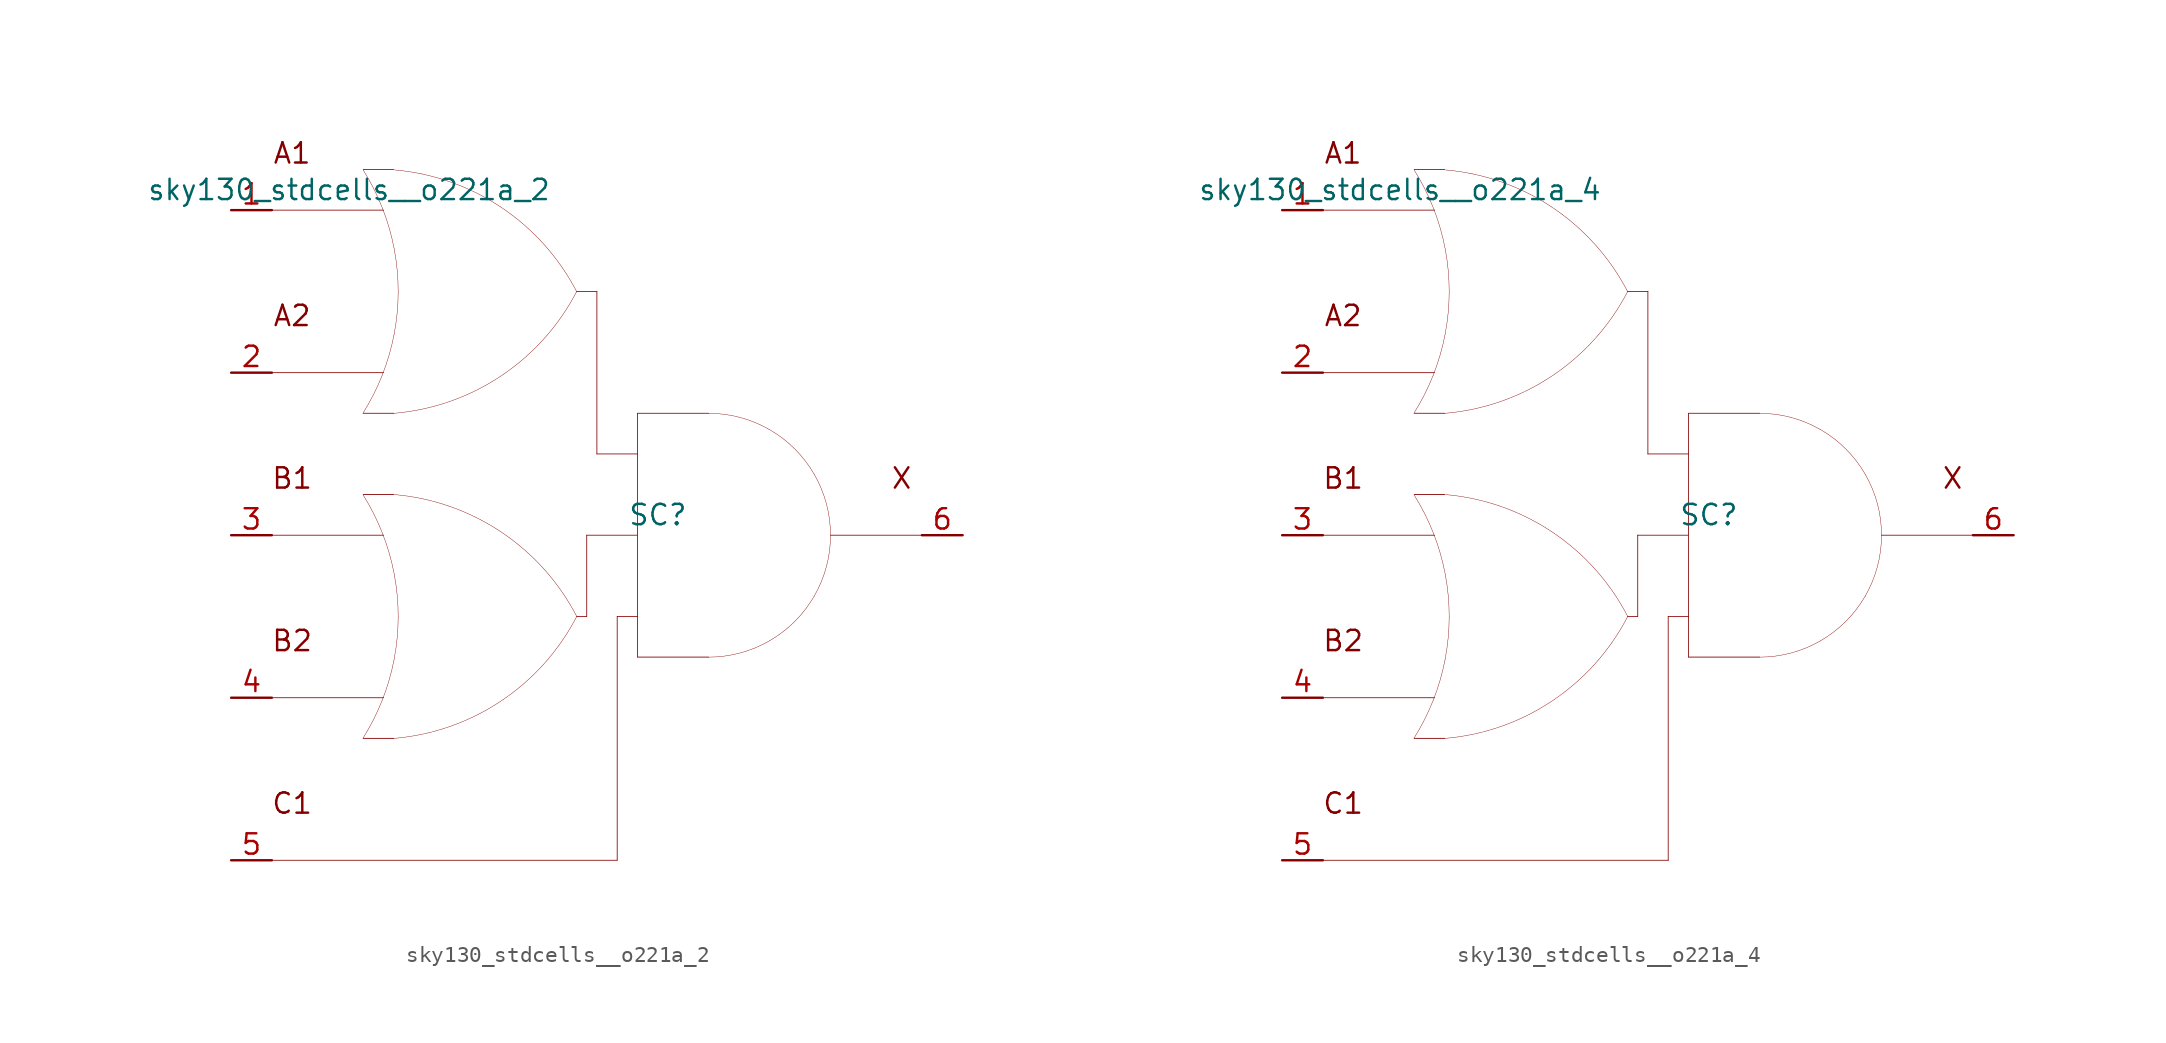
<source format=kicad_sym>
(kicad_symbol_lib
  (version 20211014)
  (generator kicad_symbol_editor)
  (symbol "sky130_stdcells__o221a_2"
    (pin_names hide)
    (property "Reference" "SC"
      (at 3.81 1.27 0)
      (effects (font (size 1.27 1.27))))
    (property "Value" "sky130_stdcells__o221a_2"
      (at -2.845 21.59 0)
      (effects (font (size 1.27 1.27)) (justify right)))
    (symbol "sky130_stdcells__o221a_2_0_0"
      (arc (start -14.6255 -12.6942) (mid -13.968 -11.538) (end -13.4212 -10.3256) (stroke (width 0.0254) (type default) (color 0 0 0 0)) (fill (type none)))
      (arc (start -14.6255 7.6258) (mid -13.968 8.782) (end -13.4212 9.9944) (stroke (width 0.0254) (type default) (color 0 0 0 0)) (fill (type none)))
      (arc (start -13.4212 -10.3256) (mid -12.9863 -9.0555) (end -12.673 -7.7501) (stroke (width 0.0254) (type default) (color 0 0 0 0)) (fill (type none)))
      (arc (start -13.4212 9.9944) (mid -12.9863 11.2645) (end -12.673 12.5699) (stroke (width 0.0254) (type default) (color 0 0 0 0)) (fill (type none)))
      (arc (start -13.403 0.1193) (mid -13.9512 1.3448) (end -14.6123 2.5132) (stroke (width 0.0254) (type default) (color 0 0 0 0)) (fill (type none)))
      (arc (start -13.403 20.4393) (mid -13.9512 21.6648) (end -14.6123 22.8332) (stroke (width 0.0254) (type default) (color 0 0 0 0)) (fill (type none)))
      (arc (start -12.705 -12.7031) (mid -6.011 -10.3786) (end -1.2741 -5.1084) (stroke (width 0.0254) (type default) (color 0 0 0 0)) (fill (type none)))
      (arc (start -12.705 7.6169) (mid -6.011 9.9414) (end -1.2741 15.2116) (stroke (width 0.0254) (type default) (color 0 0 0 0)) (fill (type none)))
      (arc (start -12.673 -7.7501) (mid -12.4838 -6.421) (end -12.4206 -5.08) (stroke (width 0.0254) (type default) (color 0 0 0 0)) (fill (type none)))
      (arc (start -12.673 12.5699) (mid -12.4838 13.899) (end -12.4206 15.24) (stroke (width 0.0254) (type default) (color 0 0 0 0)) (fill (type none)))
      (arc (start -12.6684 -2.4344) (mid -12.9761 -1.1404) (end -13.403 0.1193) (stroke (width 0.0254) (type default) (color 0 0 0 0)) (fill (type none)))
      (arc (start -12.6684 17.8856) (mid -12.9761 19.1796) (end -13.403 20.4393) (stroke (width 0.0254) (type default) (color 0 0 0 0)) (fill (type none)))
      (arc (start -12.4206 -5.08) (mid -12.4827 -3.7514) (end -12.6684 -2.4344) (stroke (width 0.0254) (type default) (color 0 0 0 0)) (fill (type none)))
      (arc (start -12.4206 15.24) (mid -12.4827 16.5686) (end -12.6684 17.8856) (stroke (width 0.0254) (type default) (color 0 0 0 0)) (fill (type none)))
      (arc (start -1.2513 -5.0956) (mid -5.9698 0.191) (end -12.6556 2.5389) (stroke (width 0.0254) (type default) (color 0 0 0 0)) (fill (type none)))
      (arc (start -1.2513 15.199) (mid -5.9698 20.4856) (end -12.6556 22.8335) (stroke (width 0.0254) (type default) (color 0 0 0 0)) (fill (type none)))
      (polyline (pts (xy -20.32 -20.32) (xy 1.27 -20.32)) (stroke (width 0.051) (type default) (color 0 0 0 0)) (fill (type none)))
      (polyline (pts (xy -20.32 -10.16) (xy -13.335 -10.16)) (stroke (width 0.051) (type default) (color 0 0 0 0)) (fill (type none)))
      (polyline (pts (xy -20.32 0) (xy -13.335 0)) (stroke (width 0.051) (type default) (color 0 0 0 0)) (fill (type none)))
      (polyline (pts (xy -20.32 10.16) (xy -13.335 10.16)) (stroke (width 0.051) (type default) (color 0 0 0 0)) (fill (type none)))
      (polyline (pts (xy -20.32 20.32) (xy -13.335 20.32)) (stroke (width 0.051) (type default) (color 0 0 0 0)) (fill (type none)))
      (polyline (pts (xy -14.605 -12.7) (xy -12.7 -12.7)) (stroke (width 0.051) (type default) (color 0 0 0 0)) (fill (type none)))
      (polyline (pts (xy -14.605 2.54) (xy -12.7 2.54)) (stroke (width 0.051) (type default) (color 0 0 0 0)) (fill (type none)))
      (polyline (pts (xy -14.605 7.62) (xy -12.7 7.62)) (stroke (width 0.051) (type default) (color 0 0 0 0)) (fill (type none)))
      (polyline (pts (xy -14.605 22.86) (xy -12.7 22.86)) (stroke (width 0.051) (type default) (color 0 0 0 0)) (fill (type none)))
      (polyline (pts (xy -1.27 -5.08) (xy -0.635 -5.08)) (stroke (width 0.051) (type default) (color 0 0 0 0)) (fill (type none)))
      (polyline (pts (xy -1.27 15.24) (xy 0 15.24)) (stroke (width 0.051) (type default) (color 0 0 0 0)) (fill (type none)))
      (polyline (pts (xy -0.635 0) (xy -0.635 -5.08)) (stroke (width 0.051) (type default) (color 0 0 0 0)) (fill (type none)))
      (polyline (pts (xy -0.635 0) (xy 2.515 0)) (stroke (width 0.051) (type default) (color 0 0 0 0)) (fill (type none)))
      (polyline (pts (xy 0 5.08) (xy 2.54 5.08)) (stroke (width 0.051) (type default) (color 0 0 0 0)) (fill (type none)))
      (polyline (pts (xy 0 15.24) (xy 0 5.08)) (stroke (width 0.051) (type default) (color 0 0 0 0)) (fill (type none)))
      (polyline (pts (xy 1.27 -5.08) (xy 1.27 -20.32)) (stroke (width 0.051) (type default) (color 0 0 0 0)) (fill (type none)))
      (polyline (pts (xy 1.27 -5.08) (xy 2.54 -5.08)) (stroke (width 0.051) (type default) (color 0 0 0 0)) (fill (type none)))
      (polyline (pts (xy 2.54 -7.62) (xy 6.985 -7.62)) (stroke (width 0.051) (type default) (color 0 0 0 0)) (fill (type none)))
      (polyline (pts (xy 2.54 7.62) (xy 2.54 -7.62)) (stroke (width 0.051) (type default) (color 0 0 0 0)) (fill (type none)))
      (polyline (pts (xy 2.54 7.62) (xy 6.985 7.62)) (stroke (width 0.051) (type default) (color 0 0 0 0)) (fill (type none)))
      (polyline (pts (xy 14.605 0) (xy 20.32 0)) (stroke (width 0.051) (type default) (color 0 0 0 0)) (fill (type none)))
      (arc (start 6.985 -7.62) (mid 8.9572 -7.3604) (end 10.795 -6.5991) (stroke (width 0.0254) (type default) (color 0 0 0 0)) (fill (type none)))
      (arc (start 10.795 -6.5991) (mid 12.3731 -5.3881) (end 13.5841 -3.81) (stroke (width 0.0254) (type default) (color 0 0 0 0)) (fill (type none)))
      (arc (start 10.795 6.5991) (mid 8.9572 7.3603) (end 6.985 7.62) (stroke (width 0.0254) (type default) (color 0 0 0 0)) (fill (type none)))
      (arc (start 13.5841 -3.81) (mid 14.3453 -1.9722) (end 14.605 0) (stroke (width 0.0254) (type default) (color 0 0 0 0)) (fill (type none)))
      (arc (start 13.5841 3.81) (mid 12.3731 5.3881) (end 10.795 6.5991) (stroke (width 0.0254) (type default) (color 0 0 0 0)) (fill (type none)))
      (arc (start 14.605 0) (mid 14.3454 1.9722) (end 13.5841 3.81) (stroke (width 0.0254) (type default) (color 0 0 0 0)) (fill (type none)))
      (text "A1" (at -19.05 23.876 0) (effects (font (size 1.27 1.27))))
      (text "A2" (at -19.05 13.716 0) (effects (font (size 1.27 1.27))))
      (text "B1" (at -19.05 3.556 0) (effects (font (size 1.27 1.27))))
      (text "B2" (at -19.05 -6.604 0) (effects (font (size 1.27 1.27))))
      (text "C1" (at -19.05 -16.764 0) (effects (font (size 1.27 1.27))))
      (text "X" (at 19.05 3.556 0) (effects (font (size 1.27 1.27)))))
    (symbol "sky130_stdcells__o221a_2_1_1"
      (pin input line (at -22.86 20.32 0) (length 2.54) (name "A1" (effects (font (size 1.092 1.092)))) (number "1" (effects (font (size 1.27 1.27)))))
      (pin input line (at -22.86 10.16 0) (length 2.54) (name "A2" (effects (font (size 1.092 1.092)))) (number "2" (effects (font (size 1.27 1.27)))))
      (pin input line (at -22.86 0 0) (length 2.54) (name "B1" (effects (font (size 1.092 1.092)))) (number "3" (effects (font (size 1.27 1.27)))))
      (pin input line (at -22.86 -10.16 0) (length 2.54) (name "B2" (effects (font (size 1.092 1.092)))) (number "4" (effects (font (size 1.27 1.27)))))
      (pin input line (at -22.86 -20.32 0) (length 2.54) (name "C1" (effects (font (size 1.092 1.092)))) (number "5" (effects (font (size 1.27 1.27)))))
      (pin output line (at 22.86 0 180) (length 2.54) (name "X" (effects (font (size 1.092 1.092)))) (number "6" (effects (font (size 1.27 1.27)))))))
  (symbol "sky130_stdcells__o221a_4"
    (pin_names hide)
    (property "Reference" "SC"
      (at 3.81 1.27 0)
      (effects (font (size 1.27 1.27))))
    (property "Value" "sky130_stdcells__o221a_4"
      (at -2.845 21.59 0)
      (effects (font (size 1.27 1.27)) (justify right)))
    (symbol "sky130_stdcells__o221a_4_0_0"
      (arc (start -14.6255 -12.6942) (mid -13.968 -11.538) (end -13.4212 -10.3256) (stroke (width 0.0254) (type default) (color 0 0 0 0)) (fill (type none)))
      (arc (start -14.6255 7.6258) (mid -13.968 8.782) (end -13.4212 9.9944) (stroke (width 0.0254) (type default) (color 0 0 0 0)) (fill (type none)))
      (arc (start -13.4212 -10.3256) (mid -12.9863 -9.0555) (end -12.673 -7.7501) (stroke (width 0.0254) (type default) (color 0 0 0 0)) (fill (type none)))
      (arc (start -13.4212 9.9944) (mid -12.9863 11.2645) (end -12.673 12.5699) (stroke (width 0.0254) (type default) (color 0 0 0 0)) (fill (type none)))
      (arc (start -13.403 0.1193) (mid -13.9512 1.3448) (end -14.6123 2.5132) (stroke (width 0.0254) (type default) (color 0 0 0 0)) (fill (type none)))
      (arc (start -13.403 20.4393) (mid -13.9512 21.6648) (end -14.6123 22.8332) (stroke (width 0.0254) (type default) (color 0 0 0 0)) (fill (type none)))
      (arc (start -12.705 -12.7031) (mid -6.011 -10.3786) (end -1.2741 -5.1084) (stroke (width 0.0254) (type default) (color 0 0 0 0)) (fill (type none)))
      (arc (start -12.705 7.6169) (mid -6.011 9.9414) (end -1.2741 15.2116) (stroke (width 0.0254) (type default) (color 0 0 0 0)) (fill (type none)))
      (arc (start -12.673 -7.7501) (mid -12.4838 -6.421) (end -12.4206 -5.08) (stroke (width 0.0254) (type default) (color 0 0 0 0)) (fill (type none)))
      (arc (start -12.673 12.5699) (mid -12.4838 13.899) (end -12.4206 15.24) (stroke (width 0.0254) (type default) (color 0 0 0 0)) (fill (type none)))
      (arc (start -12.6684 -2.4344) (mid -12.9761 -1.1404) (end -13.403 0.1193) (stroke (width 0.0254) (type default) (color 0 0 0 0)) (fill (type none)))
      (arc (start -12.6684 17.8856) (mid -12.9761 19.1796) (end -13.403 20.4393) (stroke (width 0.0254) (type default) (color 0 0 0 0)) (fill (type none)))
      (arc (start -12.4206 -5.08) (mid -12.4827 -3.7514) (end -12.6684 -2.4344) (stroke (width 0.0254) (type default) (color 0 0 0 0)) (fill (type none)))
      (arc (start -12.4206 15.24) (mid -12.4827 16.5686) (end -12.6684 17.8856) (stroke (width 0.0254) (type default) (color 0 0 0 0)) (fill (type none)))
      (arc (start -1.2513 -5.0956) (mid -5.9698 0.191) (end -12.6556 2.5389) (stroke (width 0.0254) (type default) (color 0 0 0 0)) (fill (type none)))
      (arc (start -1.2513 15.199) (mid -5.9698 20.4856) (end -12.6556 22.8335) (stroke (width 0.0254) (type default) (color 0 0 0 0)) (fill (type none)))
      (polyline (pts (xy -20.32 -20.32) (xy 1.27 -20.32)) (stroke (width 0.051) (type default) (color 0 0 0 0)) (fill (type none)))
      (polyline (pts (xy -20.32 -10.16) (xy -13.335 -10.16)) (stroke (width 0.051) (type default) (color 0 0 0 0)) (fill (type none)))
      (polyline (pts (xy -20.32 0) (xy -13.335 0)) (stroke (width 0.051) (type default) (color 0 0 0 0)) (fill (type none)))
      (polyline (pts (xy -20.32 10.16) (xy -13.335 10.16)) (stroke (width 0.051) (type default) (color 0 0 0 0)) (fill (type none)))
      (polyline (pts (xy -20.32 20.32) (xy -13.335 20.32)) (stroke (width 0.051) (type default) (color 0 0 0 0)) (fill (type none)))
      (polyline (pts (xy -14.605 -12.7) (xy -12.7 -12.7)) (stroke (width 0.051) (type default) (color 0 0 0 0)) (fill (type none)))
      (polyline (pts (xy -14.605 2.54) (xy -12.7 2.54)) (stroke (width 0.051) (type default) (color 0 0 0 0)) (fill (type none)))
      (polyline (pts (xy -14.605 7.62) (xy -12.7 7.62)) (stroke (width 0.051) (type default) (color 0 0 0 0)) (fill (type none)))
      (polyline (pts (xy -14.605 22.86) (xy -12.7 22.86)) (stroke (width 0.051) (type default) (color 0 0 0 0)) (fill (type none)))
      (polyline (pts (xy -1.27 -5.08) (xy -0.635 -5.08)) (stroke (width 0.051) (type default) (color 0 0 0 0)) (fill (type none)))
      (polyline (pts (xy -1.27 15.24) (xy 0 15.24)) (stroke (width 0.051) (type default) (color 0 0 0 0)) (fill (type none)))
      (polyline (pts (xy -0.635 0) (xy -0.635 -5.08)) (stroke (width 0.051) (type default) (color 0 0 0 0)) (fill (type none)))
      (polyline (pts (xy -0.635 0) (xy 2.515 0)) (stroke (width 0.051) (type default) (color 0 0 0 0)) (fill (type none)))
      (polyline (pts (xy 0 5.08) (xy 2.54 5.08)) (stroke (width 0.051) (type default) (color 0 0 0 0)) (fill (type none)))
      (polyline (pts (xy 0 15.24) (xy 0 5.08)) (stroke (width 0.051) (type default) (color 0 0 0 0)) (fill (type none)))
      (polyline (pts (xy 1.27 -5.08) (xy 1.27 -20.32)) (stroke (width 0.051) (type default) (color 0 0 0 0)) (fill (type none)))
      (polyline (pts (xy 1.27 -5.08) (xy 2.54 -5.08)) (stroke (width 0.051) (type default) (color 0 0 0 0)) (fill (type none)))
      (polyline (pts (xy 2.54 -7.62) (xy 6.985 -7.62)) (stroke (width 0.051) (type default) (color 0 0 0 0)) (fill (type none)))
      (polyline (pts (xy 2.54 7.62) (xy 2.54 -7.62)) (stroke (width 0.051) (type default) (color 0 0 0 0)) (fill (type none)))
      (polyline (pts (xy 2.54 7.62) (xy 6.985 7.62)) (stroke (width 0.051) (type default) (color 0 0 0 0)) (fill (type none)))
      (polyline (pts (xy 14.605 0) (xy 20.32 0)) (stroke (width 0.051) (type default) (color 0 0 0 0)) (fill (type none)))
      (arc (start 6.985 -7.62) (mid 8.9572 -7.3604) (end 10.795 -6.5991) (stroke (width 0.0254) (type default) (color 0 0 0 0)) (fill (type none)))
      (arc (start 10.795 -6.5991) (mid 12.3731 -5.3881) (end 13.5841 -3.81) (stroke (width 0.0254) (type default) (color 0 0 0 0)) (fill (type none)))
      (arc (start 10.795 6.5991) (mid 8.9572 7.3603) (end 6.985 7.62) (stroke (width 0.0254) (type default) (color 0 0 0 0)) (fill (type none)))
      (arc (start 13.5841 -3.81) (mid 14.3453 -1.9722) (end 14.605 0) (stroke (width 0.0254) (type default) (color 0 0 0 0)) (fill (type none)))
      (arc (start 13.5841 3.81) (mid 12.3731 5.3881) (end 10.795 6.5991) (stroke (width 0.0254) (type default) (color 0 0 0 0)) (fill (type none)))
      (arc (start 14.605 0) (mid 14.3454 1.9722) (end 13.5841 3.81) (stroke (width 0.0254) (type default) (color 0 0 0 0)) (fill (type none)))
      (text "A1" (at -19.05 23.876 0) (effects (font (size 1.27 1.27))))
      (text "A2" (at -19.05 13.716 0) (effects (font (size 1.27 1.27))))
      (text "B1" (at -19.05 3.556 0) (effects (font (size 1.27 1.27))))
      (text "B2" (at -19.05 -6.604 0) (effects (font (size 1.27 1.27))))
      (text "C1" (at -19.05 -16.764 0) (effects (font (size 1.27 1.27))))
      (text "X" (at 19.05 3.556 0) (effects (font (size 1.27 1.27)))))
    (symbol "sky130_stdcells__o221a_4_1_1"
      (pin input line (at -22.86 20.32 0) (length 2.54) (name "A1" (effects (font (size 1.092 1.092)))) (number "1" (effects (font (size 1.27 1.27)))))
      (pin input line (at -22.86 10.16 0) (length 2.54) (name "A2" (effects (font (size 1.092 1.092)))) (number "2" (effects (font (size 1.27 1.27)))))
      (pin input line (at -22.86 0 0) (length 2.54) (name "B1" (effects (font (size 1.092 1.092)))) (number "3" (effects (font (size 1.27 1.27)))))
      (pin input line (at -22.86 -10.16 0) (length 2.54) (name "B2" (effects (font (size 1.092 1.092)))) (number "4" (effects (font (size 1.27 1.27)))))
      (pin input line (at -22.86 -20.32 0) (length 2.54) (name "C1" (effects (font (size 1.092 1.092)))) (number "5" (effects (font (size 1.27 1.27)))))
      (pin output line (at 22.86 0 180) (length 2.54) (name "X" (effects (font (size 1.092 1.092)))) (number "6" (effects (font (size 1.27 1.27))))))))
</source>
